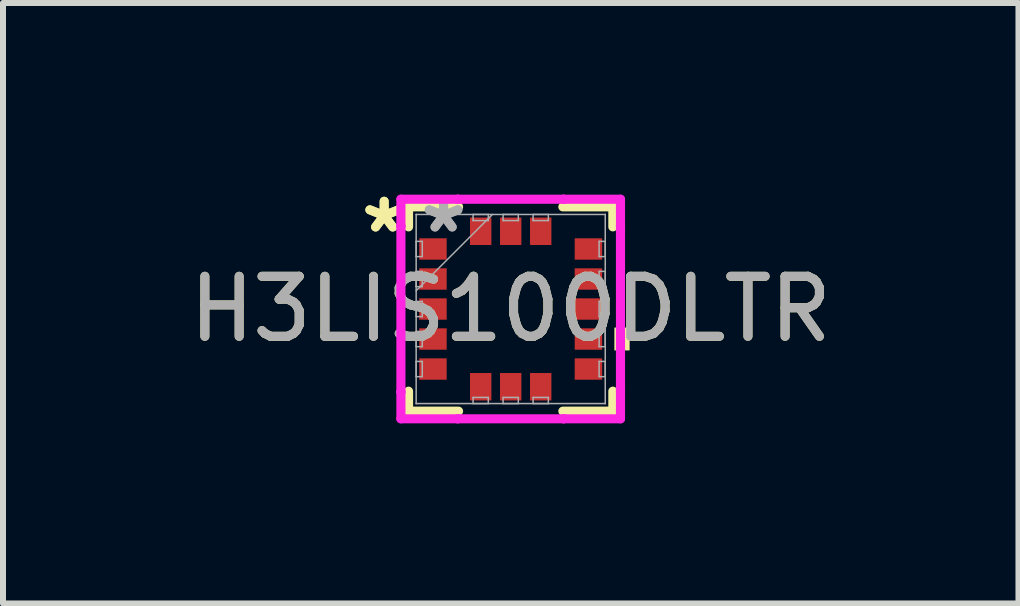
<source format=kicad_pcb>
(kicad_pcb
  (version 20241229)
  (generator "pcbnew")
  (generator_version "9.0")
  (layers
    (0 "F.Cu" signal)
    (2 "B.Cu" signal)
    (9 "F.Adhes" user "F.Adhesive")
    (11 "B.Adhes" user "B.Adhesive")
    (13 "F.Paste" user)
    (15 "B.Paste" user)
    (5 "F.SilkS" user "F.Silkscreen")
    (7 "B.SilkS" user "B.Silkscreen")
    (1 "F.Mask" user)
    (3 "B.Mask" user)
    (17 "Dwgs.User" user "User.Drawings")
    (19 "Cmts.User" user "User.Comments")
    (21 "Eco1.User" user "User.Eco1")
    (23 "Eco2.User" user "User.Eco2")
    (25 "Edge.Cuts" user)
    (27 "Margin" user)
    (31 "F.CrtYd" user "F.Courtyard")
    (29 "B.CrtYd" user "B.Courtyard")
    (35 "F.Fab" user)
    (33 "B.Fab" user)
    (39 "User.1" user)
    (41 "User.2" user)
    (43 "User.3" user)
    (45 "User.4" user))
  (footprint "H3LIS100DLTR"
    (layer "F.Cu")
    (at 5.458 2.098)
    (property "Reference" "H3LIS100DLTR" (at 0 0 0) (unlocked yes) (layer "F.SilkS") (effects (font (size 1 1) (thickness 0.15))))
    (attr smd)
    (fp_line (start -1.702 -1.702) (end -1.702 -1.369) (stroke (width 0.152) (type solid)) (layer "F.SilkS"))
    (fp_line (start -1.702 1.369) (end -1.702 1.702) (stroke (width 0.152) (type solid)) (layer "F.SilkS"))
    (fp_line (start -1.702 1.702) (end -0.869 1.702) (stroke (width 0.152) (type solid)) (layer "F.SilkS"))
    (fp_line (start -0.869 -1.702) (end -1.702 -1.702) (stroke (width 0.152) (type solid)) (layer "F.SilkS"))
    (fp_line (start 0.869 1.702) (end 1.702 1.702) (stroke (width 0.152) (type solid)) (layer "F.SilkS"))
    (fp_line (start 1.702 -1.702) (end 0.869 -1.702) (stroke (width 0.152) (type solid)) (layer "F.SilkS"))
    (fp_line (start 1.702 -1.369) (end 1.702 -1.702) (stroke (width 0.152) (type solid)) (layer "F.SilkS"))
    (fp_line (start 1.702 1.702) (end 1.702 1.369) (stroke (width 0.152) (type solid)) (layer "F.SilkS"))
    (fp_poly (pts (xy 1.981 0.309) (xy 1.981 0.69) (xy 1.727 0.69) (xy 1.727 0.309)) (stroke (width 0) (type solid)) (fill yes) (layer "F.SilkS"))
    (fp_line (start -1.829 -1.829) (end -0.881 -1.829) (stroke (width 0.152) (type solid)) (layer "F.CrtYd"))
    (fp_line (start -1.829 -1.381) (end -1.829 -1.829) (stroke (width 0.152) (type solid)) (layer "F.CrtYd"))
    (fp_line (start -1.829 -1.381) (end -1.829 -1.381) (stroke (width 0.152) (type solid)) (layer "F.CrtYd"))
    (fp_line (start -1.829 1.381) (end -1.829 -1.381) (stroke (width 0.152) (type solid)) (layer "F.CrtYd"))
    (fp_line (start -1.829 1.381) (end -1.829 1.381) (stroke (width 0.152) (type solid)) (layer "F.CrtYd"))
    (fp_line (start -1.829 1.829) (end -1.829 1.381) (stroke (width 0.152) (type solid)) (layer "F.CrtYd"))
    (fp_line (start -0.881 -1.829) (end -0.881 -1.829) (stroke (width 0.152) (type solid)) (layer "F.CrtYd"))
    (fp_line (start -0.881 -1.829) (end 0.881 -1.829) (stroke (width 0.152) (type solid)) (layer "F.CrtYd"))
    (fp_line (start -0.881 1.829) (end -1.829 1.829) (stroke (width 0.152) (type solid)) (layer "F.CrtYd"))
    (fp_line (start -0.881 1.829) (end -0.881 1.829) (stroke (width 0.152) (type solid)) (layer "F.CrtYd"))
    (fp_line (start 0.881 -1.829) (end 0.881 -1.829) (stroke (width 0.152) (type solid)) (layer "F.CrtYd"))
    (fp_line (start 0.881 -1.829) (end 1.829 -1.829) (stroke (width 0.152) (type solid)) (layer "F.CrtYd"))
    (fp_line (start 0.881 1.829) (end -0.881 1.829) (stroke (width 0.152) (type solid)) (layer "F.CrtYd"))
    (fp_line (start 0.881 1.829) (end 0.881 1.829) (stroke (width 0.152) (type solid)) (layer "F.CrtYd"))
    (fp_line (start 1.829 -1.829) (end 1.829 -1.381) (stroke (width 0.152) (type solid)) (layer "F.CrtYd"))
    (fp_line (start 1.829 -1.381) (end 1.829 -1.381) (stroke (width 0.152) (type solid)) (layer "F.CrtYd"))
    (fp_line (start 1.829 -1.381) (end 1.829 1.381) (stroke (width 0.152) (type solid)) (layer "F.CrtYd"))
    (fp_line (start 1.829 1.381) (end 1.829 1.381) (stroke (width 0.152) (type solid)) (layer "F.CrtYd"))
    (fp_line (start 1.829 1.381) (end 1.829 1.829) (stroke (width 0.152) (type solid)) (layer "F.CrtYd"))
    (fp_line (start 1.829 1.829) (end 0.881 1.829) (stroke (width 0.152) (type solid)) (layer "F.CrtYd"))
    (fp_line (start -1.575 -1.575) (end -1.575 -1.575) (stroke (width 0.025) (type solid)) (layer "F.Fab"))
    (fp_line (start -1.575 -1.575) (end -1.575 1.575) (stroke (width 0.025) (type solid)) (layer "F.Fab"))
    (fp_line (start -1.575 -1.127) (end -1.473 -1.127) (stroke (width 0.025) (type solid)) (layer "F.Fab"))
    (fp_line (start -1.575 -0.873) (end -1.575 -1.127) (stroke (width 0.025) (type solid)) (layer "F.Fab"))
    (fp_line (start -1.575 -0.627) (end -1.473 -0.627) (stroke (width 0.025) (type solid)) (layer "F.Fab"))
    (fp_line (start -1.575 -0.373) (end -1.575 -0.627) (stroke (width 0.025) (type solid)) (layer "F.Fab"))
    (fp_line (start -1.575 -0.305) (end -0.305 -1.575) (stroke (width 0.025) (type solid)) (layer "F.Fab"))
    (fp_line (start -1.575 -0.127) (end -1.473 -0.127) (stroke (width 0.025) (type solid)) (layer "F.Fab"))
    (fp_line (start -1.575 0.127) (end -1.575 -0.127) (stroke (width 0.025) (type solid)) (layer "F.Fab"))
    (fp_line (start -1.575 0.373) (end -1.473 0.373) (stroke (width 0.025) (type solid)) (layer "F.Fab"))
    (fp_line (start -1.575 0.627) (end -1.575 0.373) (stroke (width 0.025) (type solid)) (layer "F.Fab"))
    (fp_line (start -1.575 0.873) (end -1.473 0.873) (stroke (width 0.025) (type solid)) (layer "F.Fab"))
    (fp_line (start -1.575 1.127) (end -1.575 0.873) (stroke (width 0.025) (type solid)) (layer "F.Fab"))
    (fp_line (start -1.575 1.575) (end -1.575 1.575) (stroke (width 0.025) (type solid)) (layer "F.Fab"))
    (fp_line (start -1.575 1.575) (end 1.575 1.575) (stroke (width 0.025) (type solid)) (layer "F.Fab"))
    (fp_line (start -1.473 -1.127) (end -1.473 -0.873) (stroke (width 0.025) (type solid)) (layer "F.Fab"))
    (fp_line (start -1.473 -0.873) (end -1.575 -0.873) (stroke (width 0.025) (type solid)) (layer "F.Fab"))
    (fp_line (start -1.473 -0.627) (end -1.473 -0.373) (stroke (width 0.025) (type solid)) (layer "F.Fab"))
    (fp_line (start -1.473 -0.373) (end -1.575 -0.373) (stroke (width 0.025) (type solid)) (layer "F.Fab"))
    (fp_line (start -1.473 -0.127) (end -1.473 0.127) (stroke (width 0.025) (type solid)) (layer "F.Fab"))
    (fp_line (start -1.473 0.127) (end -1.575 0.127) (stroke (width 0.025) (type solid)) (layer "F.Fab"))
    (fp_line (start -1.473 0.373) (end -1.473 0.627) (stroke (width 0.025) (type solid)) (layer "F.Fab"))
    (fp_line (start -1.473 0.627) (end -1.575 0.627) (stroke (width 0.025) (type solid)) (layer "F.Fab"))
    (fp_line (start -1.473 0.873) (end -1.473 1.127) (stroke (width 0.025) (type solid)) (layer "F.Fab"))
    (fp_line (start -1.473 1.127) (end -1.575 1.127) (stroke (width 0.025) (type solid)) (layer "F.Fab"))
    (fp_line (start -0.627 -1.575) (end -0.373 -1.575) (stroke (width 0.025) (type solid)) (layer "F.Fab"))
    (fp_line (start -0.627 -1.473) (end -0.627 -1.575) (stroke (width 0.025) (type solid)) (layer "F.Fab"))
    (fp_line (start -0.627 1.473) (end -0.373 1.473) (stroke (width 0.025) (type solid)) (layer "F.Fab"))
    (fp_line (start -0.627 1.575) (end -0.627 1.473) (stroke (width 0.025) (type solid)) (layer "F.Fab"))
    (fp_line (start -0.373 -1.575) (end -0.373 -1.473) (stroke (width 0.025) (type solid)) (layer "F.Fab"))
    (fp_line (start -0.373 -1.473) (end -0.627 -1.473) (stroke (width 0.025) (type solid)) (layer "F.Fab"))
    (fp_line (start -0.373 1.473) (end -0.373 1.575) (stroke (width 0.025) (type solid)) (layer "F.Fab"))
    (fp_line (start -0.373 1.575) (end -0.627 1.575) (stroke (width 0.025) (type solid)) (layer "F.Fab"))
    (fp_line (start -0.127 -1.575) (end 0.127 -1.575) (stroke (width 0.025) (type solid)) (layer "F.Fab"))
    (fp_line (start -0.127 -1.473) (end -0.127 -1.575) (stroke (width 0.025) (type solid)) (layer "F.Fab"))
    (fp_line (start -0.127 1.473) (end 0.127 1.473) (stroke (width 0.025) (type solid)) (layer "F.Fab"))
    (fp_line (start -0.127 1.575) (end -0.127 1.473) (stroke (width 0.025) (type solid)) (layer "F.Fab"))
    (fp_line (start 0.127 -1.575) (end 0.127 -1.473) (stroke (width 0.025) (type solid)) (layer "F.Fab"))
    (fp_line (start 0.127 -1.473) (end -0.127 -1.473) (stroke (width 0.025) (type solid)) (layer "F.Fab"))
    (fp_line (start 0.127 1.473) (end 0.127 1.575) (stroke (width 0.025) (type solid)) (layer "F.Fab"))
    (fp_line (start 0.127 1.575) (end -0.127 1.575) (stroke (width 0.025) (type solid)) (layer "F.Fab"))
    (fp_line (start 0.373 -1.575) (end 0.627 -1.575) (stroke (width 0.025) (type solid)) (layer "F.Fab"))
    (fp_line (start 0.373 -1.473) (end 0.373 -1.575) (stroke (width 0.025) (type solid)) (layer "F.Fab"))
    (fp_line (start 0.373 1.473) (end 0.627 1.473) (stroke (width 0.025) (type solid)) (layer "F.Fab"))
    (fp_line (start 0.373 1.575) (end 0.373 1.473) (stroke (width 0.025) (type solid)) (layer "F.Fab"))
    (fp_line (start 0.627 -1.575) (end 0.627 -1.473) (stroke (width 0.025) (type solid)) (layer "F.Fab"))
    (fp_line (start 0.627 -1.473) (end 0.373 -1.473) (stroke (width 0.025) (type solid)) (layer "F.Fab"))
    (fp_line (start 0.627 1.473) (end 0.627 1.575) (stroke (width 0.025) (type solid)) (layer "F.Fab"))
    (fp_line (start 0.627 1.575) (end 0.373 1.575) (stroke (width 0.025) (type solid)) (layer "F.Fab"))
    (fp_line (start 1.473 -1.127) (end 1.575 -1.127) (stroke (width 0.025) (type solid)) (layer "F.Fab"))
    (fp_line (start 1.473 -0.873) (end 1.473 -1.127) (stroke (width 0.025) (type solid)) (layer "F.Fab"))
    (fp_line (start 1.473 -0.627) (end 1.575 -0.627) (stroke (width 0.025) (type solid)) (layer "F.Fab"))
    (fp_line (start 1.473 -0.373) (end 1.473 -0.627) (stroke (width 0.025) (type solid)) (layer "F.Fab"))
    (fp_line (start 1.473 -0.127) (end 1.575 -0.127) (stroke (width 0.025) (type solid)) (layer "F.Fab"))
    (fp_line (start 1.473 0.127) (end 1.473 -0.127) (stroke (width 0.025) (type solid)) (layer "F.Fab"))
    (fp_line (start 1.473 0.373) (end 1.575 0.373) (stroke (width 0.025) (type solid)) (layer "F.Fab"))
    (fp_line (start 1.473 0.627) (end 1.473 0.373) (stroke (width 0.025) (type solid)) (layer "F.Fab"))
    (fp_line (start 1.473 0.873) (end 1.575 0.873) (stroke (width 0.025) (type solid)) (layer "F.Fab"))
    (fp_line (start 1.473 1.127) (end 1.473 0.873) (stroke (width 0.025) (type solid)) (layer "F.Fab"))
    (fp_line (start 1.575 -1.575) (end -1.575 -1.575) (stroke (width 0.025) (type solid)) (layer "F.Fab"))
    (fp_line (start 1.575 -1.575) (end 1.575 -1.575) (stroke (width 0.025) (type solid)) (layer "F.Fab"))
    (fp_line (start 1.575 -1.127) (end 1.575 -0.873) (stroke (width 0.025) (type solid)) (layer "F.Fab"))
    (fp_line (start 1.575 -0.873) (end 1.473 -0.873) (stroke (width 0.025) (type solid)) (layer "F.Fab"))
    (fp_line (start 1.575 -0.627) (end 1.575 -0.373) (stroke (width 0.025) (type solid)) (layer "F.Fab"))
    (fp_line (start 1.575 -0.373) (end 1.473 -0.373) (stroke (width 0.025) (type solid)) (layer "F.Fab"))
    (fp_line (start 1.575 -0.127) (end 1.575 0.127) (stroke (width 0.025) (type solid)) (layer "F.Fab"))
    (fp_line (start 1.575 0.127) (end 1.473 0.127) (stroke (width 0.025) (type solid)) (layer "F.Fab"))
    (fp_line (start 1.575 0.373) (end 1.575 0.627) (stroke (width 0.025) (type solid)) (layer "F.Fab"))
    (fp_line (start 1.575 0.627) (end 1.473 0.627) (stroke (width 0.025) (type solid)) (layer "F.Fab"))
    (fp_line (start 1.575 0.873) (end 1.575 1.127) (stroke (width 0.025) (type solid)) (layer "F.Fab"))
    (fp_line (start 1.575 1.127) (end 1.473 1.127) (stroke (width 0.025) (type solid)) (layer "F.Fab"))
    (fp_line (start 1.575 1.575) (end 1.575 -1.575) (stroke (width 0.025) (type solid)) (layer "F.Fab"))
    (fp_line (start 1.575 1.575) (end 1.575 1.575) (stroke (width 0.025) (type solid)) (layer "F.Fab"))
    (fp_text user "*" (at -2.108 -1.25 0) (layer "F.SilkS") (effects (font (size 1 1) (thickness 0.15))))
    (fp_text user "*" (at -2.108 -1.25 0) (unlocked yes) (layer "F.SilkS") (effects (font (size 1 1) (thickness 0.15))))
    (fp_text user "${REFERENCE}" (at 0 0 0) (unlocked yes) (layer "F.Fab") (effects (font (size 1 1) (thickness 0.15))))
    (fp_text user "*" (at -1.118 -1.25 0) (unlocked yes) (layer "F.Fab") (effects (font (size 1 1) (thickness 0.15))))
    (fp_text user "*" (at -1.118 -1.25 0) (layer "F.Fab") (effects (font (size 1 1) (thickness 0.15))))
    (pad "1" smd rect (at -1.295 -1 90) (size 0.356 0.457) (layers "F.Cu" "F.Mask" "F.Paste"))
    (pad "2" smd rect (at -1.295 -0.5 90) (size 0.356 0.457) (layers "F.Cu" "F.Mask" "F.Paste"))
    (pad "3" smd rect (at -1.295 0 90) (size 0.356 0.457) (layers "F.Cu" "F.Mask" "F.Paste"))
    (pad "4" smd rect (at -1.295 0.5 90) (size 0.356 0.457) (layers "F.Cu" "F.Mask" "F.Paste"))
    (pad "5" smd rect (at -1.295 1 90) (size 0.356 0.457) (layers "F.Cu" "F.Mask" "F.Paste"))
    (pad "6" smd rect (at -0.5 1.295) (size 0.356 0.457) (layers "F.Cu" "F.Mask" "F.Paste"))
    (pad "7" smd rect (at 0 1.295) (size 0.356 0.457) (layers "F.Cu" "F.Mask" "F.Paste"))
    (pad "8" smd rect (at 0.5 1.295) (size 0.356 0.457) (layers "F.Cu" "F.Mask" "F.Paste"))
    (pad "9" smd rect (at 1.295 1 90) (size 0.356 0.457) (layers "F.Cu" "F.Mask" "F.Paste"))
    (pad "10" smd rect (at 1.295 0.5 90) (size 0.356 0.457) (layers "F.Cu" "F.Mask" "F.Paste"))
    (pad "11" smd rect (at 1.295 0 90) (size 0.356 0.457) (layers "F.Cu" "F.Mask" "F.Paste"))
    (pad "12" smd rect (at 1.295 -0.5 90) (size 0.356 0.457) (layers "F.Cu" "F.Mask" "F.Paste"))
    (pad "13" smd rect (at 1.295 -1 90) (size 0.356 0.457) (layers "F.Cu" "F.Mask" "F.Paste"))
    (pad "14" smd rect (at 0.5 -1.295) (size 0.356 0.457) (layers "F.Cu" "F.Mask" "F.Paste"))
    (pad "15" smd rect (at 0 -1.295) (size 0.356 0.457) (layers "F.Cu" "F.Mask" "F.Paste"))
    (pad "16" smd rect (at -0.5 -1.295) (size 0.356 0.457) (layers "F.Cu" "F.Mask" "F.Paste")))
  (gr_rect
    (start -3 -3)
    (end 13.917 7.003)
    (stroke (width 0.1) (type default))
    (fill no)
    (layer "Edge.Cuts")))
</source>
